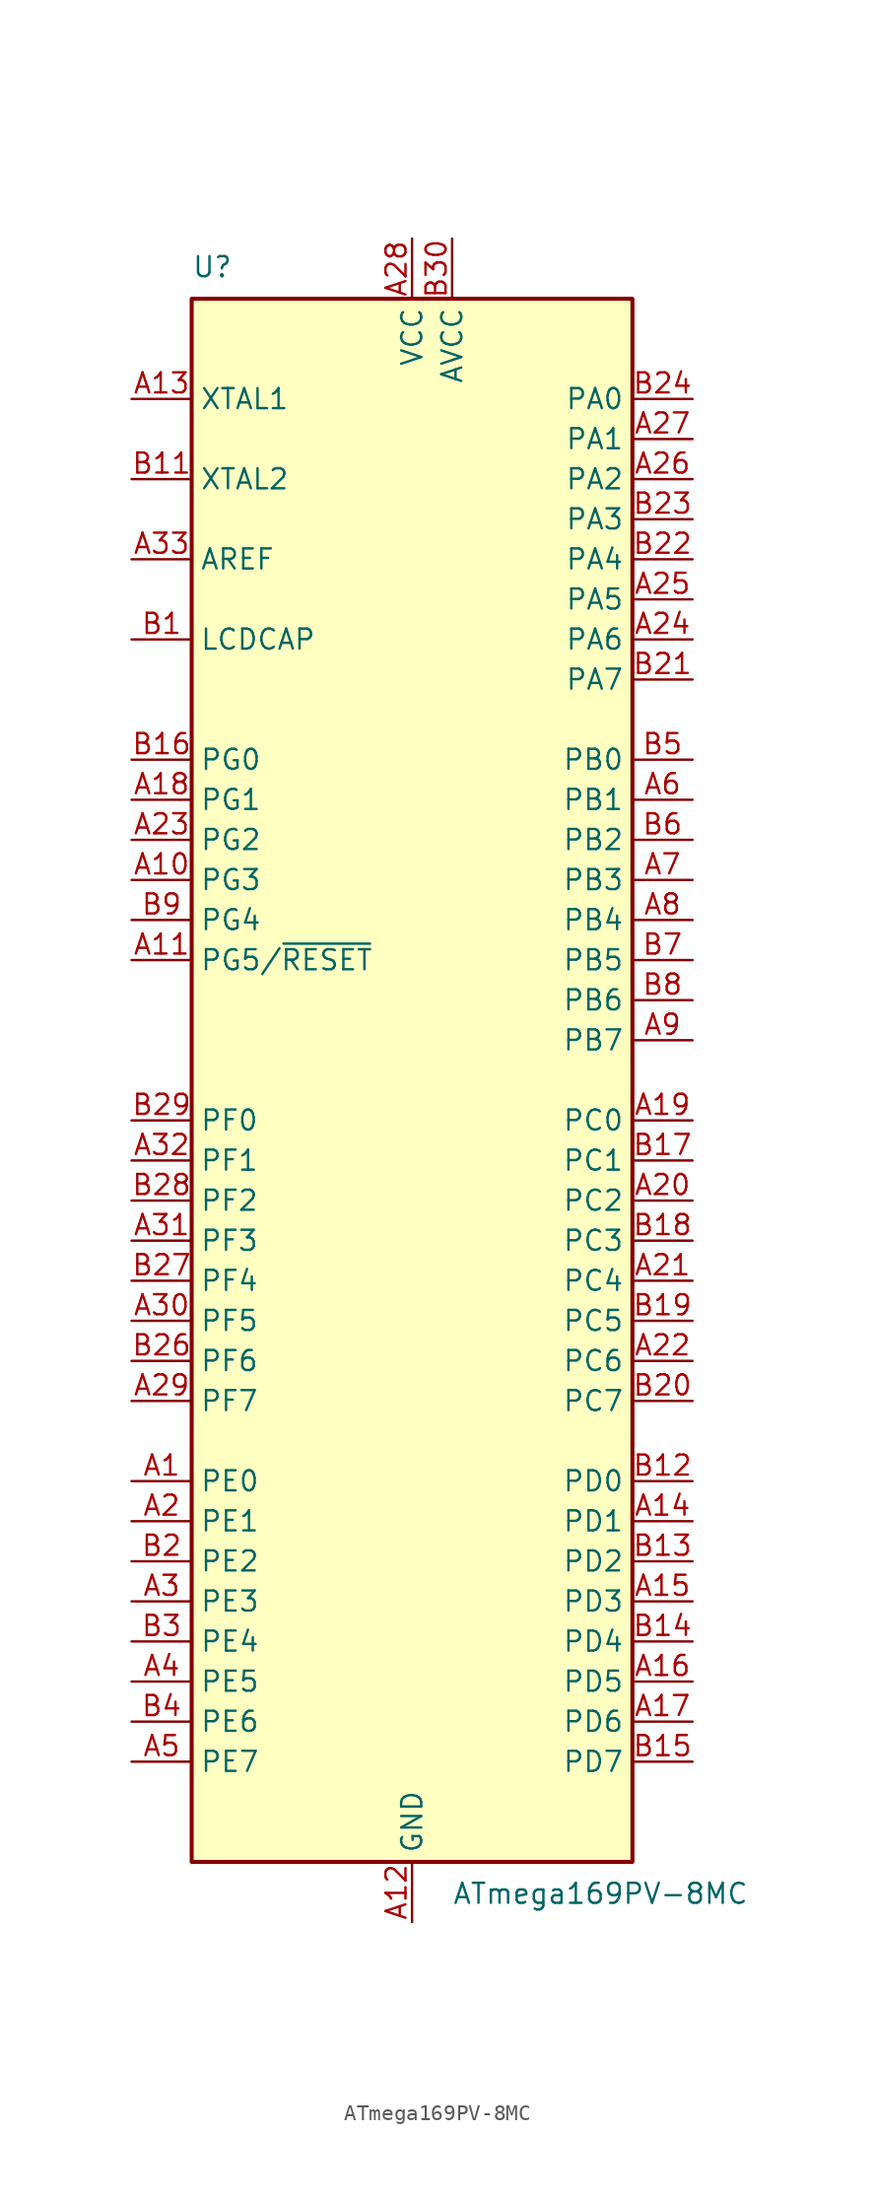
<source format=kicad_sym>
(kicad_symbol_lib
  (version 20231120)
  (generator "kicad_symbol_editor")
  (generator_version "8.0")
  (symbol "ATmega169PV-8MC"
    (property "Reference" "U"
      (at -13.97 50.8 0)
      (effects (font (size 1.27 1.27)) (justify left bottom)))
    (property "Value" "ATmega169PV-8MC"
      (at 2.54 -50.8 0)
      (effects (font (size 1.27 1.27)) (justify left top)))
    (symbol "ATmega169PV-8MC_0_1"
      (rectangle (start -13.97 -49.53) (end 13.97 49.53) (stroke (width 0.254) (type default)) (fill (type background))))
    (symbol "ATmega169PV-8MC_1_1"
      (pin bidirectional line (at -17.78 -25.4 0) (length 3.81) (name "PE0" (effects (font (size 1.27 1.27)))) (number "A1" (effects (font (size 1.27 1.27)))))
      (pin bidirectional line (at -17.78 12.7 0) (length 3.81) (name "PG3" (effects (font (size 1.27 1.27)))) (number "A10" (effects (font (size 1.27 1.27)))))
      (pin bidirectional line (at -17.78 7.62 0) (length 3.81) (name "PG5/~{RESET}" (effects (font (size 1.27 1.27)))) (number "A11" (effects (font (size 1.27 1.27)))))
      (pin power_in line (at 0 -53.34 90) (length 3.81) (name "GND" (effects (font (size 1.27 1.27)))) (number "A12" (effects (font (size 1.27 1.27)))))
      (pin input line (at -17.78 43.18 0) (length 3.81) (name "XTAL1" (effects (font (size 1.27 1.27)))) (number "A13" (effects (font (size 1.27 1.27)))))
      (pin bidirectional line (at 17.78 -27.94 180) (length 3.81) (name "PD1" (effects (font (size 1.27 1.27)))) (number "A14" (effects (font (size 1.27 1.27)))))
      (pin bidirectional line (at 17.78 -33.02 180) (length 3.81) (name "PD3" (effects (font (size 1.27 1.27)))) (number "A15" (effects (font (size 1.27 1.27)))))
      (pin bidirectional line (at 17.78 -38.1 180) (length 3.81) (name "PD5" (effects (font (size 1.27 1.27)))) (number "A16" (effects (font (size 1.27 1.27)))))
      (pin bidirectional line (at 17.78 -40.64 180) (length 3.81) (name "PD6" (effects (font (size 1.27 1.27)))) (number "A17" (effects (font (size 1.27 1.27)))))
      (pin bidirectional line (at -17.78 17.78 0) (length 3.81) (name "PG1" (effects (font (size 1.27 1.27)))) (number "A18" (effects (font (size 1.27 1.27)))))
      (pin bidirectional line (at 17.78 -2.54 180) (length 3.81) (name "PC0" (effects (font (size 1.27 1.27)))) (number "A19" (effects (font (size 1.27 1.27)))))
      (pin bidirectional line (at -17.78 -27.94 0) (length 3.81) (name "PE1" (effects (font (size 1.27 1.27)))) (number "A2" (effects (font (size 1.27 1.27)))))
      (pin bidirectional line (at 17.78 -7.62 180) (length 3.81) (name "PC2" (effects (font (size 1.27 1.27)))) (number "A20" (effects (font (size 1.27 1.27)))))
      (pin bidirectional line (at 17.78 -12.7 180) (length 3.81) (name "PC4" (effects (font (size 1.27 1.27)))) (number "A21" (effects (font (size 1.27 1.27)))))
      (pin bidirectional line (at 17.78 -17.78 180) (length 3.81) (name "PC6" (effects (font (size 1.27 1.27)))) (number "A22" (effects (font (size 1.27 1.27)))))
      (pin bidirectional line (at -17.78 15.24 0) (length 3.81) (name "PG2" (effects (font (size 1.27 1.27)))) (number "A23" (effects (font (size 1.27 1.27)))))
      (pin bidirectional line (at 17.78 27.94 180) (length 3.81) (name "PA6" (effects (font (size 1.27 1.27)))) (number "A24" (effects (font (size 1.27 1.27)))))
      (pin bidirectional line (at 17.78 30.48 180) (length 3.81) (name "PA5" (effects (font (size 1.27 1.27)))) (number "A25" (effects (font (size 1.27 1.27)))))
      (pin bidirectional line (at 17.78 38.1 180) (length 3.81) (name "PA2" (effects (font (size 1.27 1.27)))) (number "A26" (effects (font (size 1.27 1.27)))))
      (pin bidirectional line (at 17.78 40.64 180) (length 3.81) (name "PA1" (effects (font (size 1.27 1.27)))) (number "A27" (effects (font (size 1.27 1.27)))))
      (pin power_in line (at 0 53.34 270) (length 3.81) (name "VCC" (effects (font (size 1.27 1.27)))) (number "A28" (effects (font (size 1.27 1.27)))))
      (pin bidirectional line (at -17.78 -20.32 0) (length 3.81) (name "PF7" (effects (font (size 1.27 1.27)))) (number "A29" (effects (font (size 1.27 1.27)))))
      (pin bidirectional line (at -17.78 -33.02 0) (length 3.81) (name "PE3" (effects (font (size 1.27 1.27)))) (number "A3" (effects (font (size 1.27 1.27)))))
      (pin bidirectional line (at -17.78 -15.24 0) (length 3.81) (name "PF5" (effects (font (size 1.27 1.27)))) (number "A30" (effects (font (size 1.27 1.27)))))
      (pin bidirectional line (at -17.78 -10.16 0) (length 3.81) (name "PF3" (effects (font (size 1.27 1.27)))) (number "A31" (effects (font (size 1.27 1.27)))))
      (pin bidirectional line (at -17.78 -5.08 0) (length 3.81) (name "PF1" (effects (font (size 1.27 1.27)))) (number "A32" (effects (font (size 1.27 1.27)))))
      (pin passive line (at -17.78 33.02 0) (length 3.81) (name "AREF" (effects (font (size 1.27 1.27)))) (number "A33" (effects (font (size 1.27 1.27)))))
      (pin passive line (at 0 -53.34 90) (length 3.81) hide (name "GND" (effects (font (size 1.27 1.27)))) (number "A34" (effects (font (size 1.27 1.27)))))
      (pin bidirectional line (at -17.78 -38.1 0) (length 3.81) (name "PE5" (effects (font (size 1.27 1.27)))) (number "A4" (effects (font (size 1.27 1.27)))))
      (pin bidirectional line (at -17.78 -43.18 0) (length 3.81) (name "PE7" (effects (font (size 1.27 1.27)))) (number "A5" (effects (font (size 1.27 1.27)))))
      (pin bidirectional line (at 17.78 17.78 180) (length 3.81) (name "PB1" (effects (font (size 1.27 1.27)))) (number "A6" (effects (font (size 1.27 1.27)))))
      (pin bidirectional line (at 17.78 12.7 180) (length 3.81) (name "PB3" (effects (font (size 1.27 1.27)))) (number "A7" (effects (font (size 1.27 1.27)))))
      (pin bidirectional line (at 17.78 10.16 180) (length 3.81) (name "PB4" (effects (font (size 1.27 1.27)))) (number "A8" (effects (font (size 1.27 1.27)))))
      (pin bidirectional line (at 17.78 2.54 180) (length 3.81) (name "PB7" (effects (font (size 1.27 1.27)))) (number "A9" (effects (font (size 1.27 1.27)))))
      (pin passive line (at -17.78 27.94 0) (length 3.81) (name "LCDCAP" (effects (font (size 1.27 1.27)))) (number "B1" (effects (font (size 1.27 1.27)))))
      (pin passive line (at 0 53.34 270) (length 3.81) hide (name "VCC" (effects (font (size 1.27 1.27)))) (number "B10" (effects (font (size 1.27 1.27)))))
      (pin output line (at -17.78 38.1 0) (length 3.81) (name "XTAL2" (effects (font (size 1.27 1.27)))) (number "B11" (effects (font (size 1.27 1.27)))))
      (pin bidirectional line (at 17.78 -25.4 180) (length 3.81) (name "PD0" (effects (font (size 1.27 1.27)))) (number "B12" (effects (font (size 1.27 1.27)))))
      (pin bidirectional line (at 17.78 -30.48 180) (length 3.81) (name "PD2" (effects (font (size 1.27 1.27)))) (number "B13" (effects (font (size 1.27 1.27)))))
      (pin bidirectional line (at 17.78 -35.56 180) (length 3.81) (name "PD4" (effects (font (size 1.27 1.27)))) (number "B14" (effects (font (size 1.27 1.27)))))
      (pin bidirectional line (at 17.78 -43.18 180) (length 3.81) (name "PD7" (effects (font (size 1.27 1.27)))) (number "B15" (effects (font (size 1.27 1.27)))))
      (pin bidirectional line (at -17.78 20.32 0) (length 3.81) (name "PG0" (effects (font (size 1.27 1.27)))) (number "B16" (effects (font (size 1.27 1.27)))))
      (pin bidirectional line (at 17.78 -5.08 180) (length 3.81) (name "PC1" (effects (font (size 1.27 1.27)))) (number "B17" (effects (font (size 1.27 1.27)))))
      (pin bidirectional line (at 17.78 -10.16 180) (length 3.81) (name "PC3" (effects (font (size 1.27 1.27)))) (number "B18" (effects (font (size 1.27 1.27)))))
      (pin bidirectional line (at 17.78 -15.24 180) (length 3.81) (name "PC5" (effects (font (size 1.27 1.27)))) (number "B19" (effects (font (size 1.27 1.27)))))
      (pin bidirectional line (at -17.78 -30.48 0) (length 3.81) (name "PE2" (effects (font (size 1.27 1.27)))) (number "B2" (effects (font (size 1.27 1.27)))))
      (pin bidirectional line (at 17.78 -20.32 180) (length 3.81) (name "PC7" (effects (font (size 1.27 1.27)))) (number "B20" (effects (font (size 1.27 1.27)))))
      (pin bidirectional line (at 17.78 25.4 180) (length 3.81) (name "PA7" (effects (font (size 1.27 1.27)))) (number "B21" (effects (font (size 1.27 1.27)))))
      (pin bidirectional line (at 17.78 33.02 180) (length 3.81) (name "PA4" (effects (font (size 1.27 1.27)))) (number "B22" (effects (font (size 1.27 1.27)))))
      (pin bidirectional line (at 17.78 35.56 180) (length 3.81) (name "PA3" (effects (font (size 1.27 1.27)))) (number "B23" (effects (font (size 1.27 1.27)))))
      (pin bidirectional line (at 17.78 43.18 180) (length 3.81) (name "PA0" (effects (font (size 1.27 1.27)))) (number "B24" (effects (font (size 1.27 1.27)))))
      (pin passive line (at 0 -53.34 90) (length 3.81) hide (name "GND" (effects (font (size 1.27 1.27)))) (number "B25" (effects (font (size 1.27 1.27)))))
      (pin bidirectional line (at -17.78 -17.78 0) (length 3.81) (name "PF6" (effects (font (size 1.27 1.27)))) (number "B26" (effects (font (size 1.27 1.27)))))
      (pin bidirectional line (at -17.78 -12.7 0) (length 3.81) (name "PF4" (effects (font (size 1.27 1.27)))) (number "B27" (effects (font (size 1.27 1.27)))))
      (pin bidirectional line (at -17.78 -7.62 0) (length 3.81) (name "PF2" (effects (font (size 1.27 1.27)))) (number "B28" (effects (font (size 1.27 1.27)))))
      (pin bidirectional line (at -17.78 -2.54 0) (length 3.81) (name "PF0" (effects (font (size 1.27 1.27)))) (number "B29" (effects (font (size 1.27 1.27)))))
      (pin bidirectional line (at -17.78 -35.56 0) (length 3.81) (name "PE4" (effects (font (size 1.27 1.27)))) (number "B3" (effects (font (size 1.27 1.27)))))
      (pin power_in line (at 2.54 53.34 270) (length 3.81) (name "AVCC" (effects (font (size 1.27 1.27)))) (number "B30" (effects (font (size 1.27 1.27)))))
      (pin bidirectional line (at -17.78 -40.64 0) (length 3.81) (name "PE6" (effects (font (size 1.27 1.27)))) (number "B4" (effects (font (size 1.27 1.27)))))
      (pin bidirectional line (at 17.78 20.32 180) (length 3.81) (name "PB0" (effects (font (size 1.27 1.27)))) (number "B5" (effects (font (size 1.27 1.27)))))
      (pin bidirectional line (at 17.78 15.24 180) (length 3.81) (name "PB2" (effects (font (size 1.27 1.27)))) (number "B6" (effects (font (size 1.27 1.27)))))
      (pin bidirectional line (at 17.78 7.62 180) (length 3.81) (name "PB5" (effects (font (size 1.27 1.27)))) (number "B7" (effects (font (size 1.27 1.27)))))
      (pin bidirectional line (at 17.78 5.08 180) (length 3.81) (name "PB6" (effects (font (size 1.27 1.27)))) (number "B8" (effects (font (size 1.27 1.27)))))
      (pin bidirectional line (at -17.78 10.16 0) (length 3.81) (name "PG4" (effects (font (size 1.27 1.27)))) (number "B9" (effects (font (size 1.27 1.27)))))
      (pin passive line (at 0 -53.34 90) (length 3.81) hide (name "GND" (effects (font (size 1.27 1.27)))) (number "EP" (effects (font (size 1.27 1.27))))))))
</source>
